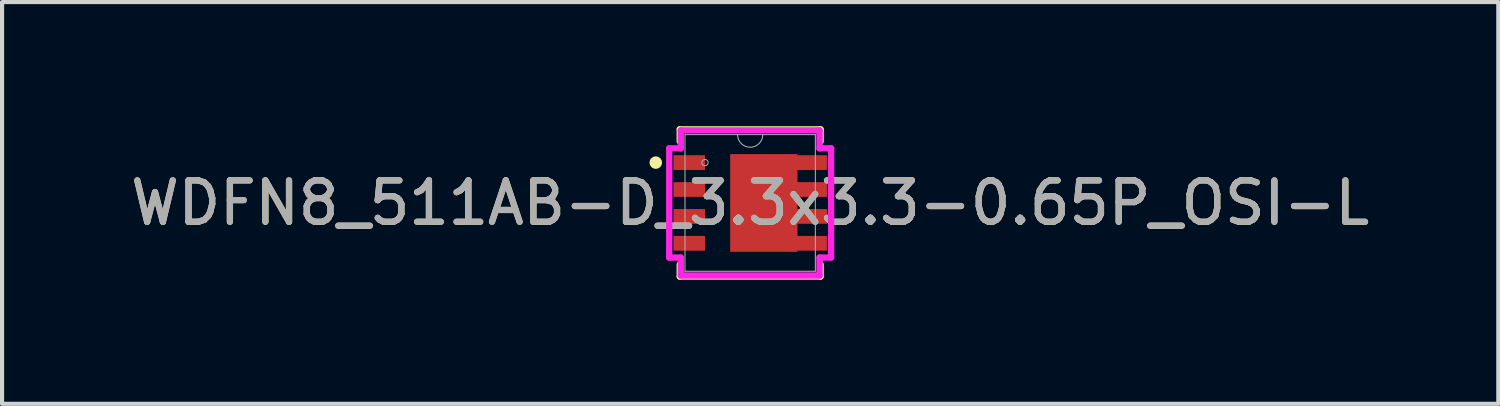
<source format=kicad_pcb>
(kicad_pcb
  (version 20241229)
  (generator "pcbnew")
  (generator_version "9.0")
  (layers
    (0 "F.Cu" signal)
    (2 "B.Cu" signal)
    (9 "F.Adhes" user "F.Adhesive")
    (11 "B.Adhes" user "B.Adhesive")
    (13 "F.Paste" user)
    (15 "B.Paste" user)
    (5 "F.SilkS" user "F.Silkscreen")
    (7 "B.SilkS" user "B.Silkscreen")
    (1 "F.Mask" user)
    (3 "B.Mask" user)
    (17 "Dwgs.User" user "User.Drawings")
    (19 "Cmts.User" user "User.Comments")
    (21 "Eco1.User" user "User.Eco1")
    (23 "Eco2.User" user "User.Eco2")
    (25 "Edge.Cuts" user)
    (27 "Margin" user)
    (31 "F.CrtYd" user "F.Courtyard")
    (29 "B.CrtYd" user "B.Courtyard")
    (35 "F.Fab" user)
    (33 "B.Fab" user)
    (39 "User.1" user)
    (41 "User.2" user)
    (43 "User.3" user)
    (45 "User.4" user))
  (footprint "WDFN8_511AB-D_3.3x3.3-0.65P_OSI-L"
    (layer "F.Cu")
    (at 15.077 1.854)
    (property "Reference" "WDFN8_511AB-D_3.3x3.3-0.65P_OSI-L" (at 0 0 0) (unlocked yes) (layer "F.SilkS") (effects (font (size 1 1) (thickness 0.15))))
    (attr smd)
    (fp_poly (pts (xy 1.143 -1.181) (xy -0.483 -1.181) (xy -0.483 1.181) (xy 1.143 1.181)) (stroke (width 0) (type solid)) (fill yes) (layer "F.Cu"))
    (fp_poly (pts (xy 1.143 -1.181) (xy -0.483 -1.181) (xy -0.483 1.181) (xy 1.143 1.181)) (stroke (width 0) (type solid)) (fill yes) (layer "F.Mask"))
    (fp_line (start -1.702 -1.778) (end -1.702 -1.486) (stroke (width 0.152) (type solid)) (layer "F.SilkS"))
    (fp_line (start -1.702 1.486) (end -1.702 1.778) (stroke (width 0.152) (type solid)) (layer "F.SilkS"))
    (fp_line (start -1.702 1.778) (end 1.702 1.778) (stroke (width 0.152) (type solid)) (layer "F.SilkS"))
    (fp_line (start 1.702 -1.778) (end -1.702 -1.778) (stroke (width 0.152) (type solid)) (layer "F.SilkS"))
    (fp_line (start 1.702 -1.486) (end 1.702 -1.778) (stroke (width 0.152) (type solid)) (layer "F.SilkS"))
    (fp_line (start 1.702 1.778) (end 1.702 1.486) (stroke (width 0.152) (type solid)) (layer "F.SilkS"))
    (fp_circle (center -2.281 -0.975) (end -2.205 -0.975) (stroke (width 0.152) (type solid)) (fill no) (layer "F.SilkS"))
    (fp_poly (pts (xy 1.143 -1.181) (xy -0.483 -1.181) (xy -0.483 1.181) (xy 1.143 1.181)) (stroke (width 0) (type solid)) (fill yes) (layer "F.Paste"))
    (fp_line (start -1.956 -1.32) (end -1.676 -1.32) (stroke (width 0.152) (type solid)) (layer "F.CrtYd"))
    (fp_line (start -1.956 1.32) (end -1.956 -1.32) (stroke (width 0.152) (type solid)) (layer "F.CrtYd"))
    (fp_line (start -1.956 1.32) (end -1.676 1.32) (stroke (width 0.152) (type solid)) (layer "F.CrtYd"))
    (fp_line (start -1.676 -1.753) (end 1.676 -1.753) (stroke (width 0.152) (type solid)) (layer "F.CrtYd"))
    (fp_line (start -1.676 -1.32) (end -1.676 -1.753) (stroke (width 0.152) (type solid)) (layer "F.CrtYd"))
    (fp_line (start -1.676 1.753) (end -1.676 1.32) (stroke (width 0.152) (type solid)) (layer "F.CrtYd"))
    (fp_line (start 1.676 -1.753) (end 1.676 -1.32) (stroke (width 0.152) (type solid)) (layer "F.CrtYd"))
    (fp_line (start 1.676 1.32) (end 1.676 1.753) (stroke (width 0.152) (type solid)) (layer "F.CrtYd"))
    (fp_line (start 1.676 1.753) (end -1.676 1.753) (stroke (width 0.152) (type solid)) (layer "F.CrtYd"))
    (fp_line (start 1.956 -1.32) (end 1.676 -1.32) (stroke (width 0.152) (type solid)) (layer "F.CrtYd"))
    (fp_line (start 1.956 -1.32) (end 1.956 1.32) (stroke (width 0.152) (type solid)) (layer "F.CrtYd"))
    (fp_line (start 1.956 1.32) (end 1.676 1.32) (stroke (width 0.152) (type solid)) (layer "F.CrtYd"))
    (fp_line (start -1.575 -1.651) (end -1.575 1.651) (stroke (width 0.025) (type solid)) (layer "F.Fab"))
    (fp_line (start -1.575 1.651) (end 1.575 1.651) (stroke (width 0.025) (type solid)) (layer "F.Fab"))
    (fp_line (start 1.575 -1.651) (end -1.575 -1.651) (stroke (width 0.025) (type solid)) (layer "F.Fab"))
    (fp_line (start 1.575 1.651) (end 1.575 -1.651) (stroke (width 0.025) (type solid)) (layer "F.Fab"))
    (fp_arc (start 0.3048 -1.651) (mid 0 -1.3462) (end -0.3048 -1.651) (stroke (width 0.0254) (type solid)) (layer "F.Fab"))
    (fp_circle (center -1.092 -0.975) (end -1.016 -0.975) (stroke (width 0.025) (type solid)) (fill no) (layer "F.Fab"))
    (fp_text user "${REFERENCE}" (at 0 0 0) (unlocked yes) (layer "F.Fab") (effects (font (size 1 1) (thickness 0.15))))
    (pad "1" smd rect (at -1.473 -0.975) (size 0.762 0.356) (layers "F.Cu" "F.Mask" "F.Paste"))
    (pad "2" smd rect (at -1.473 -0.325) (size 0.762 0.356) (layers "F.Cu" "F.Mask" "F.Paste"))
    (pad "3" smd rect (at -1.473 0.325) (size 0.762 0.356) (layers "F.Cu" "F.Mask" "F.Paste"))
    (pad "4" smd rect (at -1.473 0.975) (size 0.762 0.356) (layers "F.Cu" "F.Mask" "F.Paste"))
    (pad "5" smd rect (at 1.473 0.975) (size 0.762 0.356) (layers "F.Cu" "F.Mask" "F.Paste"))
    (pad "6" smd rect (at 1.473 0.325) (size 0.762 0.356) (layers "F.Cu" "F.Mask" "F.Paste"))
    (pad "7" smd rect (at 1.473 -0.325) (size 0.762 0.356) (layers "F.Cu" "F.Mask" "F.Paste"))
    (pad "8" smd rect (at 1.473 -0.975) (size 0.762 0.356) (layers "F.Cu" "F.Mask" "F.Paste")))
  (gr_rect
    (start -3 -3)
    (end 33.155 6.708)
    (stroke (width 0.1) (type default))
    (fill no)
    (layer "Edge.Cuts")))
</source>
